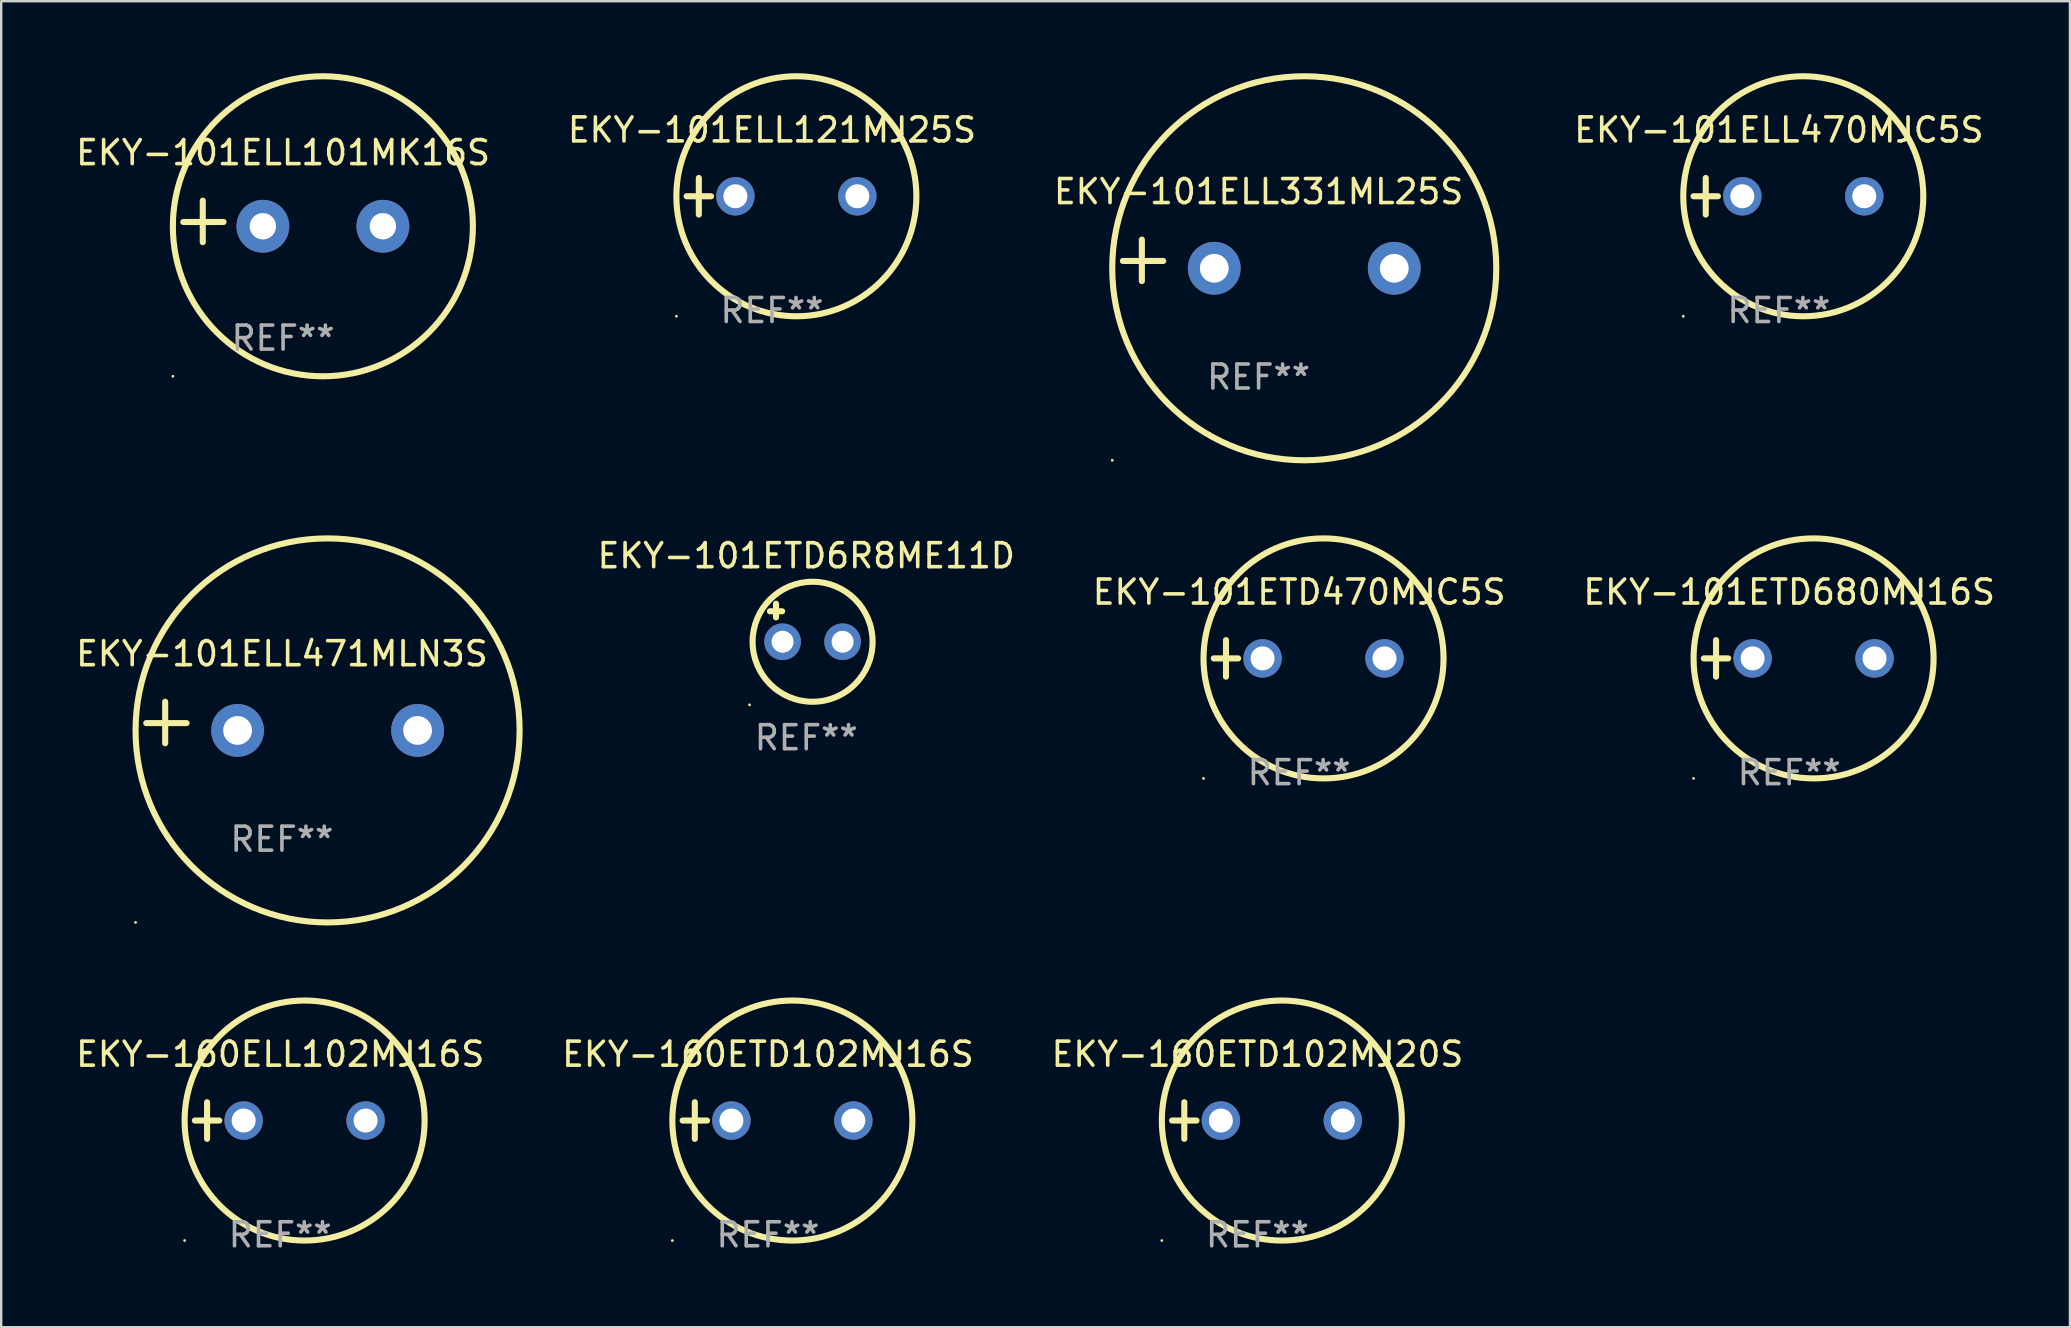
<source format=kicad_pcb>
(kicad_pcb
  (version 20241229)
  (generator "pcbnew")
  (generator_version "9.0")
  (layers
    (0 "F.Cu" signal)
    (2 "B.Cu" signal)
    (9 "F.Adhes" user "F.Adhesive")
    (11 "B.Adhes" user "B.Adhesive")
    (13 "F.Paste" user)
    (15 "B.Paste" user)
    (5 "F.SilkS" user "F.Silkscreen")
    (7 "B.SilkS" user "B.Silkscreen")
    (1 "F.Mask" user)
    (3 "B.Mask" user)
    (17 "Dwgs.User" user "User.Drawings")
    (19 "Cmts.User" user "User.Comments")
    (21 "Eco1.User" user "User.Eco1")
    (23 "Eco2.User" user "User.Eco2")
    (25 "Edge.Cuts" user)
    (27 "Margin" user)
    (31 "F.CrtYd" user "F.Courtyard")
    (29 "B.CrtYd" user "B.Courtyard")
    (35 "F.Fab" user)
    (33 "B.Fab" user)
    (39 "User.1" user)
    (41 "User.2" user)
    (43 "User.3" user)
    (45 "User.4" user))
  (footprint "EKY-160ELL102MJ16S"
    (layer "F.Cu")
    (at 8.625 43.635)
    (property "Reference" "EKY-160ELL102MJ16S" (at 0 -2.762 0) (layer "F.SilkS") (effects (font (size 1 1) (thickness 0.15))))
    (attr through_hole)
    (fp_line (start -3.556 0) (end -2.54 0) (stroke (width 0.254) (type solid)) (layer "F.SilkS"))
    (fp_line (start -3.048 -0.762) (end -3.048 0.762) (stroke (width 0.254) (type solid)) (layer "F.SilkS"))
    (fp_circle (center -3.984 5) (end -3.954 5) (stroke (width 0.06) (type solid)) (fill no) (layer "F.SilkS"))
    (fp_circle (center 1.016 0) (end 6.016 0) (stroke (width 0.254) (type solid)) (fill no) (layer "F.SilkS"))
    (fp_text user "REF**" (at 0 4.762 0) (layer "F.Fab") (effects (font (size 1 1) (thickness 0.15))))
    (pad "1" thru_hole circle (at -1.524 0) (size 1.6 1.6) (drill 1) (layers "*.Cu" "*.Mask"))
    (pad "2" thru_hole circle (at 3.556 0) (size 1.6 1.6) (drill 1) (layers "*.Cu" "*.Mask")))
  (footprint "EKY-101ELL101MK16S"
    (layer "F.Cu")
    (at 8.744 6.174)
    (property "Reference" "EKY-101ELL101MK16S" (at 0 -2.864 0) (layer "F.SilkS") (effects (font (size 1 1) (thickness 0.15))))
    (attr through_hole)
    (fp_line (start -3.346 0.864) (end -3.346 -0.864) (stroke (width 0.254) (type solid)) (layer "F.SilkS"))
    (fp_line (start -2.482 0.025) (end -4.158 0.025) (stroke (width 0.254) (type solid)) (layer "F.SilkS"))
    (fp_circle (center -4.592 6.453) (end -4.562 6.453) (stroke (width 0.06) (type solid)) (fill no) (layer "F.SilkS"))
    (fp_circle (center 1.658 0.203) (end 7.908 0.203) (stroke (width 0.254) (type solid)) (fill no) (layer "F.SilkS"))
    (fp_text user "REF**" (at 0 4.864 0) (layer "F.Fab") (effects (font (size 1 1) (thickness 0.15))))
    (pad "1" thru_hole circle (at -0.842 0.203) (size 2.2 2.2) (drill 1.1) (layers "*.Cu" "*.Mask"))
    (pad "2" thru_hole circle (at 4.158 0.203) (size 2.2 2.2) (drill 1.1) (layers "*.Cu" "*.Mask")))
  (footprint "EKY-101ETD6R8ME11D"
    (layer "F.Cu")
    (at 30.541 22.895)
    (property "Reference" "EKY-101ETD6R8ME11D" (at 0 -2.792 0) (layer "F.SilkS") (effects (font (size 1 1) (thickness 0.15))))
    (attr through_hole)
    (fp_line (start -1.514 -0.478) (end -1.006 -0.478) (stroke (width 0.254) (type solid)) (layer "F.SilkS"))
    (fp_line (start -1.26 -0.792) (end -1.26 -0.224) (stroke (width 0.254) (type solid)) (layer "F.SilkS"))
    (fp_circle (center -2.363 3.42) (end -2.333 3.42) (stroke (width 0.06) (type solid)) (fill no) (layer "F.SilkS"))
    (fp_circle (center 0.264 0.792) (end 2.764 0.792) (stroke (width 0.254) (type solid)) (fill no) (layer "F.SilkS"))
    (fp_text user "REF**" (at 0 4.792 0) (layer "F.Fab") (effects (font (size 1 1) (thickness 0.15))))
    (pad "1" thru_hole circle (at -0.986 0.792) (size 1.524 1.524) (drill 0.914) (layers "*.Cu" "*.Mask"))
    (pad "2" thru_hole circle (at 1.514 0.792) (size 1.524 1.524) (drill 0.914) (layers "*.Cu" "*.Mask")))
  (footprint "EKY-101ELL121MJ25S"
    (layer "F.Cu")
    (at 29.113 5.127)
    (property "Reference" "EKY-101ELL121MJ25S" (at 0 -2.762 0) (layer "F.SilkS") (effects (font (size 1 1) (thickness 0.15))))
    (attr through_hole)
    (fp_line (start -3.556 0) (end -2.54 0) (stroke (width 0.254) (type solid)) (layer "F.SilkS"))
    (fp_line (start -3.048 -0.762) (end -3.048 0.762) (stroke (width 0.254) (type solid)) (layer "F.SilkS"))
    (fp_circle (center -3.984 5) (end -3.954 5) (stroke (width 0.06) (type solid)) (fill no) (layer "F.SilkS"))
    (fp_circle (center 1.016 0) (end 6.016 0) (stroke (width 0.254) (type solid)) (fill no) (layer "F.SilkS"))
    (fp_text user "REF**" (at 0 4.762 0) (layer "F.Fab") (effects (font (size 1 1) (thickness 0.15))))
    (pad "1" thru_hole circle (at -1.524 0) (size 1.6 1.6) (drill 1) (layers "*.Cu" "*.Mask"))
    (pad "2" thru_hole circle (at 3.556 0) (size 1.6 1.6) (drill 1) (layers "*.Cu" "*.Mask")))
  (footprint "EKY-101ETD470MJC5S"
    (layer "F.Cu")
    (at 51.076 24.381)
    (property "Reference" "EKY-101ETD470MJC5S" (at 0 -2.762 0) (layer "F.SilkS") (effects (font (size 1 1) (thickness 0.15))))
    (attr through_hole)
    (fp_line (start -3.556 0) (end -2.54 0) (stroke (width 0.254) (type solid)) (layer "F.SilkS"))
    (fp_line (start -3.048 -0.762) (end -3.048 0.762) (stroke (width 0.254) (type solid)) (layer "F.SilkS"))
    (fp_circle (center -3.984 5) (end -3.954 5) (stroke (width 0.06) (type solid)) (fill no) (layer "F.SilkS"))
    (fp_circle (center 1.016 0) (end 6.016 0) (stroke (width 0.254) (type solid)) (fill no) (layer "F.SilkS"))
    (fp_text user "REF**" (at 0 4.762 0) (layer "F.Fab") (effects (font (size 1 1) (thickness 0.15))))
    (pad "1" thru_hole circle (at -1.524 0) (size 1.6 1.6) (drill 1) (layers "*.Cu" "*.Mask"))
    (pad "2" thru_hole circle (at 3.556 0) (size 1.6 1.6) (drill 1) (layers "*.Cu" "*.Mask")))
  (footprint "EKY-101ELL471MLN3S"
    (layer "F.Cu")
    (at 8.696 27.051)
    (property "Reference" "EKY-101ELL471MLN3S" (at 0 -2.864 0) (layer "F.SilkS") (effects (font (size 1 1) (thickness 0.15))))
    (attr through_hole)
    (fp_line (start -4.864 0.864) (end -4.864 -0.864) (stroke (width 0.254) (type solid)) (layer "F.SilkS"))
    (fp_line (start -3.975 0.025) (end -5.652 0.025) (stroke (width 0.254) (type solid)) (layer "F.SilkS"))
    (fp_circle (center -6.098 8.33) (end -6.068 8.33) (stroke (width 0.06) (type solid)) (fill no) (layer "F.SilkS"))
    (fp_circle (center 1.902 0.33) (end 9.902 0.33) (stroke (width 0.254) (type solid)) (fill no) (layer "F.SilkS"))
    (fp_text user "REF**" (at 0 4.864 0) (layer "F.Fab") (effects (font (size 1 1) (thickness 0.15))))
    (pad "1" thru_hole circle (at -1.848 0.33) (size 2.2 2.2) (drill 1.2) (layers "*.Cu" "*.Mask"))
    (pad "2" thru_hole circle (at 5.652 0.33) (size 2.2 2.2) (drill 1.2) (layers "*.Cu" "*.Mask")))
  (footprint "EKY-101ETD680MJ16S"
    (layer "F.Cu")
    (at 71.493 24.381)
    (property "Reference" "EKY-101ETD680MJ16S" (at 0 -2.762 0) (layer "F.SilkS") (effects (font (size 1 1) (thickness 0.15))))
    (attr through_hole)
    (fp_line (start -3.556 0) (end -2.54 0) (stroke (width 0.254) (type solid)) (layer "F.SilkS"))
    (fp_line (start -3.048 -0.762) (end -3.048 0.762) (stroke (width 0.254) (type solid)) (layer "F.SilkS"))
    (fp_circle (center -3.984 5) (end -3.954 5) (stroke (width 0.06) (type solid)) (fill no) (layer "F.SilkS"))
    (fp_circle (center 1.016 0) (end 6.016 0) (stroke (width 0.254) (type solid)) (fill no) (layer "F.SilkS"))
    (fp_text user "REF**" (at 0 4.762 0) (layer "F.Fab") (effects (font (size 1 1) (thickness 0.15))))
    (pad "1" thru_hole circle (at -1.524 0) (size 1.6 1.6) (drill 1) (layers "*.Cu" "*.Mask"))
    (pad "2" thru_hole circle (at 3.556 0) (size 1.6 1.6) (drill 1) (layers "*.Cu" "*.Mask")))
  (footprint "EKY-101ELL331ML25S"
    (layer "F.Cu")
    (at 49.387 7.797)
    (property "Reference" "EKY-101ELL331ML25S" (at 0 -2.864 0) (layer "F.SilkS") (effects (font (size 1 1) (thickness 0.15))))
    (attr through_hole)
    (fp_line (start -4.864 0.864) (end -4.864 -0.864) (stroke (width 0.254) (type solid)) (layer "F.SilkS"))
    (fp_line (start -3.975 0.025) (end -5.652 0.025) (stroke (width 0.254) (type solid)) (layer "F.SilkS"))
    (fp_circle (center -6.098 8.33) (end -6.068 8.33) (stroke (width 0.06) (type solid)) (fill no) (layer "F.SilkS"))
    (fp_circle (center 1.902 0.33) (end 9.902 0.33) (stroke (width 0.254) (type solid)) (fill no) (layer "F.SilkS"))
    (fp_text user "REF**" (at 0 4.864 0) (layer "F.Fab") (effects (font (size 1 1) (thickness 0.15))))
    (pad "1" thru_hole circle (at -1.848 0.33) (size 2.2 2.2) (drill 1.2) (layers "*.Cu" "*.Mask"))
    (pad "2" thru_hole circle (at 5.652 0.33) (size 2.2 2.2) (drill 1.2) (layers "*.Cu" "*.Mask")))
  (footprint "EKY-160ETD102MJ20S"
    (layer "F.Cu")
    (at 49.339 43.635)
    (property "Reference" "EKY-160ETD102MJ20S" (at 0 -2.762 0) (layer "F.SilkS") (effects (font (size 1 1) (thickness 0.15))))
    (attr through_hole)
    (fp_line (start -3.556 0) (end -2.54 0) (stroke (width 0.254) (type solid)) (layer "F.SilkS"))
    (fp_line (start -3.048 -0.762) (end -3.048 0.762) (stroke (width 0.254) (type solid)) (layer "F.SilkS"))
    (fp_circle (center -3.984 5) (end -3.954 5) (stroke (width 0.06) (type solid)) (fill no) (layer "F.SilkS"))
    (fp_circle (center 1.016 0) (end 6.016 0) (stroke (width 0.254) (type solid)) (fill no) (layer "F.SilkS"))
    (fp_text user "REF**" (at 0 4.762 0) (layer "F.Fab") (effects (font (size 1 1) (thickness 0.15))))
    (pad "1" thru_hole circle (at -1.524 0) (size 1.6 1.6) (drill 1) (layers "*.Cu" "*.Mask"))
    (pad "2" thru_hole circle (at 3.556 0) (size 1.6 1.6) (drill 1) (layers "*.Cu" "*.Mask")))
  (footprint "EKY-101ELL470MJC5S"
    (layer "F.Cu")
    (at 71.064 5.127)
    (property "Reference" "EKY-101ELL470MJC5S" (at 0 -2.762 0) (layer "F.SilkS") (effects (font (size 1 1) (thickness 0.15))))
    (attr through_hole)
    (fp_line (start -3.556 0) (end -2.54 0) (stroke (width 0.254) (type solid)) (layer "F.SilkS"))
    (fp_line (start -3.048 -0.762) (end -3.048 0.762) (stroke (width 0.254) (type solid)) (layer "F.SilkS"))
    (fp_circle (center -3.984 5) (end -3.954 5) (stroke (width 0.06) (type solid)) (fill no) (layer "F.SilkS"))
    (fp_circle (center 1.016 0) (end 6.016 0) (stroke (width 0.254) (type solid)) (fill no) (layer "F.SilkS"))
    (fp_text user "REF**" (at 0 4.762 0) (layer "F.Fab") (effects (font (size 1 1) (thickness 0.15))))
    (pad "1" thru_hole circle (at -1.524 0) (size 1.6 1.6) (drill 1) (layers "*.Cu" "*.Mask"))
    (pad "2" thru_hole circle (at 3.556 0) (size 1.6 1.6) (drill 1) (layers "*.Cu" "*.Mask")))
  (footprint "EKY-160ETD102MJ16S"
    (layer "F.Cu")
    (at 28.946 43.635)
    (property "Reference" "EKY-160ETD102MJ16S" (at 0 -2.762 0) (layer "F.SilkS") (effects (font (size 1 1) (thickness 0.15))))
    (attr through_hole)
    (fp_line (start -3.556 0) (end -2.54 0) (stroke (width 0.254) (type solid)) (layer "F.SilkS"))
    (fp_line (start -3.048 -0.762) (end -3.048 0.762) (stroke (width 0.254) (type solid)) (layer "F.SilkS"))
    (fp_circle (center -3.984 5) (end -3.954 5) (stroke (width 0.06) (type solid)) (fill no) (layer "F.SilkS"))
    (fp_circle (center 1.016 0) (end 6.016 0) (stroke (width 0.254) (type solid)) (fill no) (layer "F.SilkS"))
    (fp_text user "REF**" (at 0 4.762 0) (layer "F.Fab") (effects (font (size 1 1) (thickness 0.15))))
    (pad "1" thru_hole circle (at -1.524 0) (size 1.6 1.6) (drill 1) (layers "*.Cu" "*.Mask"))
    (pad "2" thru_hole circle (at 3.556 0) (size 1.6 1.6) (drill 1) (layers "*.Cu" "*.Mask")))
  (gr_rect
    (start -3 -3)
    (end 83.189 52.245)
    (stroke (width 0.1) (type default))
    (fill no)
    (layer "Edge.Cuts")))
</source>
